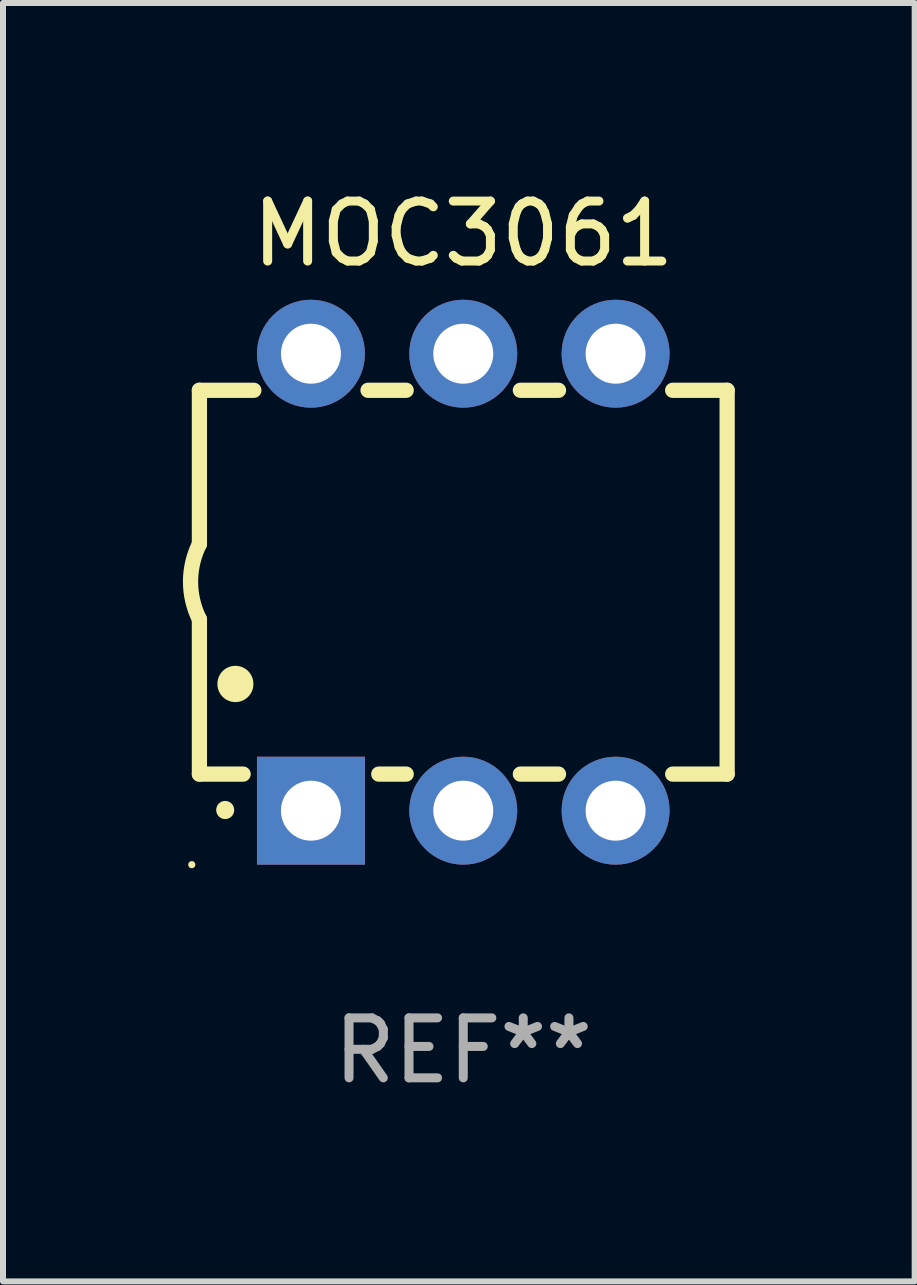
<source format=kicad_pcb>
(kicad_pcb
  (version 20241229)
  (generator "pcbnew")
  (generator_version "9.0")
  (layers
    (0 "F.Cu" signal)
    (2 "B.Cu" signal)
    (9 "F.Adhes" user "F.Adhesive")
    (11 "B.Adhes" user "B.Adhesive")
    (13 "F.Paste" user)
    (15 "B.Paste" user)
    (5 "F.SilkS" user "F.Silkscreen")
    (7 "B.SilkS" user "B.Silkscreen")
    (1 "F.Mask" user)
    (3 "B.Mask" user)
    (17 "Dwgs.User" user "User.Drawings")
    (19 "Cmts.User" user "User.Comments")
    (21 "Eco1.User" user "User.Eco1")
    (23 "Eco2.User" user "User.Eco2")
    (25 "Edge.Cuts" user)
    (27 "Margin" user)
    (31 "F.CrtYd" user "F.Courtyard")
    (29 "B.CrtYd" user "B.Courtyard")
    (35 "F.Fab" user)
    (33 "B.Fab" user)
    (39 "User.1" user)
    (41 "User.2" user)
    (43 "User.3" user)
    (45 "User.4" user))
  (footprint "MOC3061"
    (layer "F.Cu")
    (at 4.675 6.658)
    (property "Reference" "MOC3061" (at 0 -5.81 0) (layer "F.SilkS") (effects (font (size 1 1) (thickness 0.15))))
    (attr through_hole)
    (fp_line (start -4.4 -3.2) (end -4.4 -0.635) (stroke (width 0.254) (type solid)) (layer "F.SilkS"))
    (fp_line (start -4.4 -3.2) (end -3.492 -3.2) (stroke (width 0.254) (type solid)) (layer "F.SilkS"))
    (fp_line (start -4.4 3.2) (end -4.4 0.619) (stroke (width 0.254) (type solid)) (layer "F.SilkS"))
    (fp_line (start -3.671 3.2) (end -4.4 3.2) (stroke (width 0.254) (type solid)) (layer "F.SilkS"))
    (fp_line (start -1.588 -3.2) (end -0.952 -3.2) (stroke (width 0.254) (type solid)) (layer "F.SilkS"))
    (fp_line (start -0.952 3.2) (end -1.409 3.2) (stroke (width 0.254) (type solid)) (layer "F.SilkS"))
    (fp_line (start 0.952 -3.2) (end 1.588 -3.2) (stroke (width 0.254) (type solid)) (layer "F.SilkS"))
    (fp_line (start 1.588 3.2) (end 0.952 3.2) (stroke (width 0.254) (type solid)) (layer "F.SilkS"))
    (fp_line (start 3.492 -3.2) (end 4.4 -3.2) (stroke (width 0.254) (type solid)) (layer "F.SilkS"))
    (fp_line (start 4.4 -3.2) (end 4.4 3.2) (stroke (width 0.254) (type solid)) (layer "F.SilkS"))
    (fp_line (start 4.4 3.2) (end 3.492 3.2) (stroke (width 0.254) (type solid)) (layer "F.SilkS"))
    (fp_arc (start -4.399288 0.619762) (mid -4.547636 -0.007536) (end -4.4 -0.635001) (stroke (width 0.254001) (type solid)) (layer "F.SilkS"))
    (fp_arc (start -3.970028 3.799848) (mid -3.970033 3.798578) (end -3.970028 3.797308) (stroke (width 0.3) (type solid)) (layer "F.SilkS"))
    (fp_arc (start -3.799848 1.699263) (mid -3.799859 1.696723) (end -3.799848 1.694183) (stroke (width 0.6) (type solid)) (layer "F.SilkS"))
    (fp_circle (center -4.527 4.71) (end -4.497 4.71) (stroke (width 0.06) (type solid)) (fill no) (layer "F.SilkS"))
    (fp_text user "REF**" (at 0 7.81 0) (layer "F.Fab") (effects (font (size 1 1) (thickness 0.15))))
    (pad "1" thru_hole rect (at -2.54 3.81 180) (size 1.8 1.8) (drill 1) (layers "*.Cu" "*.Mask"))
    (pad "2" thru_hole circle (at 0 3.81) (size 1.8 1.8) (drill 1) (layers "*.Cu" "*.Mask"))
    (pad "3" thru_hole circle (at 2.54 3.81) (size 1.8 1.8) (drill 1) (layers "*.Cu" "*.Mask"))
    (pad "4" thru_hole circle (at 2.54 -3.81) (size 1.8 1.8) (drill 1) (layers "*.Cu" "*.Mask"))
    (pad "5" thru_hole circle (at 0 -3.81) (size 1.8 1.8) (drill 1) (layers "*.Cu" "*.Mask"))
    (pad "6" thru_hole circle (at -2.54 -3.81) (size 1.8 1.8) (drill 1) (layers "*.Cu" "*.Mask")))
  (gr_rect
    (start -3 -3)
    (end 12.202 18.317)
    (stroke (width 0.1) (type default))
    (fill no)
    (layer "Edge.Cuts")))
</source>
